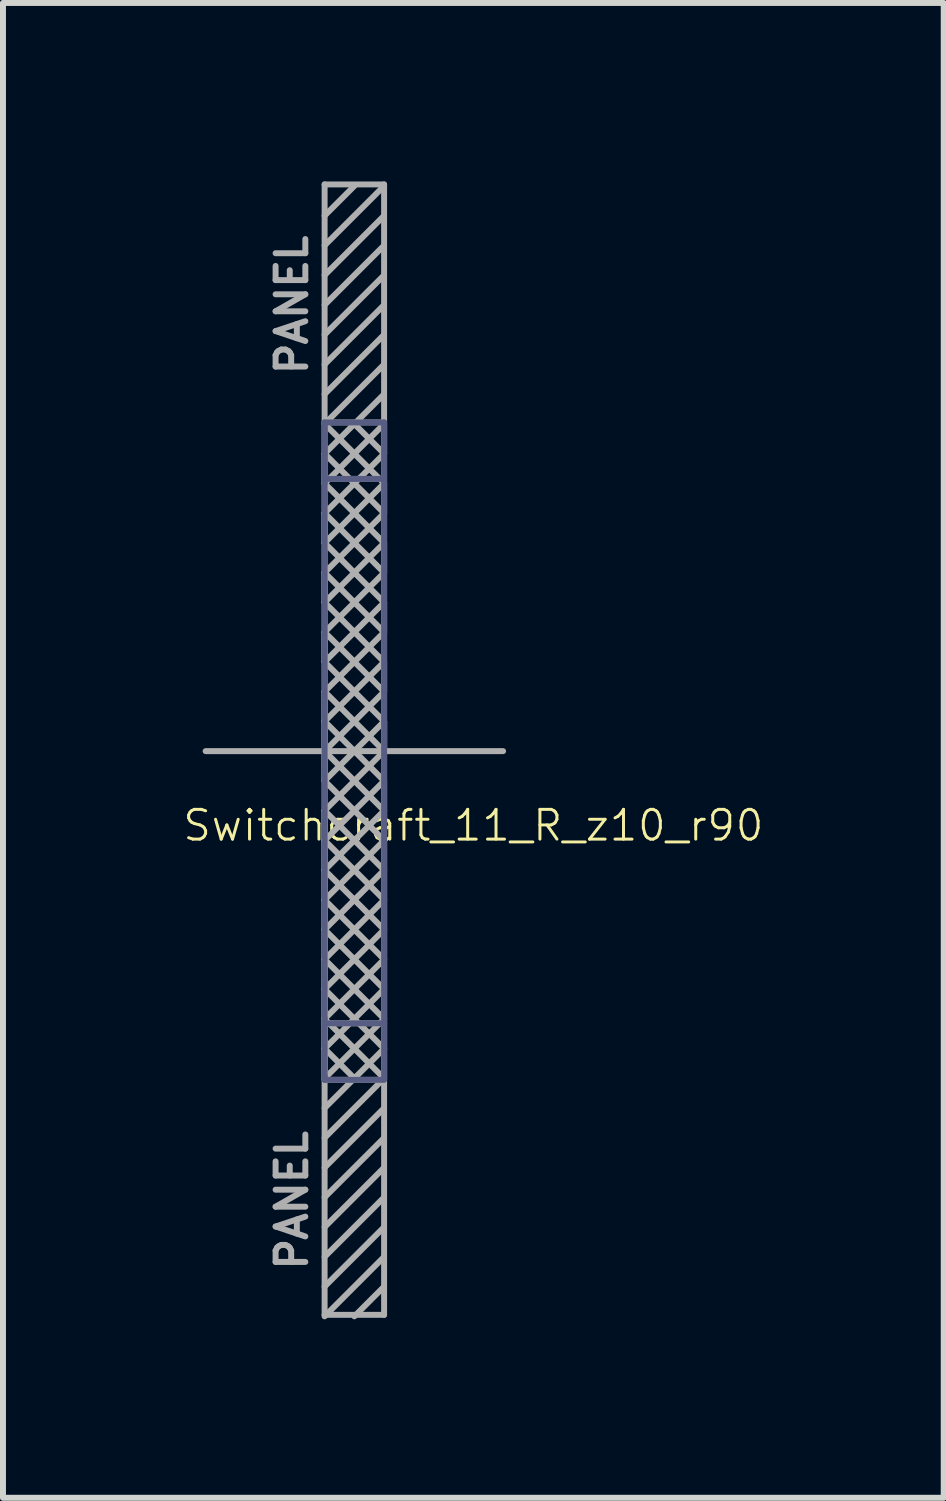
<source format=kicad_pcb>
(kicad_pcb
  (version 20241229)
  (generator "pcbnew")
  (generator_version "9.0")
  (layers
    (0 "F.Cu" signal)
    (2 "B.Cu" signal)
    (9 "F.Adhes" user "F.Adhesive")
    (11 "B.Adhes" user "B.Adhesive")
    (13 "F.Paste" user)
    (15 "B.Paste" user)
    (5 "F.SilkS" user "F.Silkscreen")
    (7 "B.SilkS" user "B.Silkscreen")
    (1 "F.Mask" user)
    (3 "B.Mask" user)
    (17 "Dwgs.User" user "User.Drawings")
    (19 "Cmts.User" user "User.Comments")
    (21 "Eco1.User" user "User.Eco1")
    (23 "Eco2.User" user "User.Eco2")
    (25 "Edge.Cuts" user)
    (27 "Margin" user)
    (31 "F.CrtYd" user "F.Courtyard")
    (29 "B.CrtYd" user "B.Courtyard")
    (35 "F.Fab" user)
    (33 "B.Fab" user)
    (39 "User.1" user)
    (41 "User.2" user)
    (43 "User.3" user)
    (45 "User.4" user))
  (footprint "Switchcraft_11_R_z10_r90"
    (layer "F.Cu")
    (at 2.406 9.575)
    (property "Reference" "Switchcraft_11_R_z10_r90" (at 2.5 1.25 180) (layer "F.SilkS") (effects (font (size 0.5 0.5) (thickness 0.05))))
    (attr through_hole)
    (fp_line (start 0 -5.525) (end 0 -5.5) (stroke (width 0.1) (type solid)) (layer "B.Fab"))
    (fp_line (start 0 -5.5) (end 0 -4.5) (stroke (width 0.1) (type solid)) (layer "B.Fab"))
    (fp_line (start 0 -4.575) (end 1 -4.575) (stroke (width 0.1) (type solid)) (layer "B.Fab"))
    (fp_line (start 0 4.5) (end 0 -5.5) (stroke (width 0.1) (type solid)) (layer "B.Fab"))
    (fp_line (start 0 4.575) (end 1 4.575) (stroke (width 0.1) (type solid)) (layer "B.Fab"))
    (fp_line (start 0 5.5) (end 0 4.5) (stroke (width 0.1) (type solid)) (layer "B.Fab"))
    (fp_line (start 0 5.525) (end 0 5.45) (stroke (width 0.1) (type solid)) (layer "B.Fab"))
    (fp_line (start 1 -5.525) (end 0 -5.525) (stroke (width 0.1) (type solid)) (layer "B.Fab"))
    (fp_line (start 1 -5.5) (end 1 -5.525) (stroke (width 0.1) (type solid)) (layer "B.Fab"))
    (fp_line (start 1 -5.5) (end 1 5.5) (stroke (width 0.1) (type solid)) (layer "B.Fab"))
    (fp_line (start 1 5.525) (end 0 5.525) (stroke (width 0.1) (type solid)) (layer "B.Fab"))
    (fp_line (start -2 0) (end 3 0) (stroke (width 0.1) (type solid)) (layer "F.Fab"))
    (fp_line (start 0 -9.525) (end 1 -9.525) (stroke (width 0.1) (type solid)) (layer "F.Fab"))
    (fp_line (start 0 -9) (end 0.5 -9.5) (stroke (width 0.1) (type solid)) (layer "F.Fab"))
    (fp_line (start 0 -6.5) (end 1 -7.5) (stroke (width 0.1) (type solid)) (layer "F.Fab"))
    (fp_line (start 0 -5.525) (end 1 -5.525) (stroke (width 0.1) (type solid)) (layer "F.Fab"))
    (fp_line (start 0 -5.5) (end 1 -6.5) (stroke (width 0.1) (type solid)) (layer "F.Fab"))
    (fp_line (start 0 -5.5) (end 1 -4.5) (stroke (width 0.1) (type solid)) (layer "F.Fab"))
    (fp_line (start 0 -5) (end 0.5 -5.5) (stroke (width 0.1) (type solid)) (layer "F.Fab"))
    (fp_line (start 0 -5) (end 1 -4) (stroke (width 0.1) (type solid)) (layer "F.Fab"))
    (fp_line (start 0 -4.575) (end 1 -4.575) (stroke (width 0.1) (type solid)) (layer "F.Fab"))
    (fp_line (start 0 -4.5) (end 0 -5) (stroke (width 0.1) (type solid)) (layer "F.Fab"))
    (fp_line (start 0 -4.5) (end 1 -3.5) (stroke (width 0.1) (type solid)) (layer "F.Fab"))
    (fp_line (start 0 -4) (end 1 -5) (stroke (width 0.1) (type solid)) (layer "F.Fab"))
    (fp_line (start 0 -4) (end 1 -3) (stroke (width 0.1) (type solid)) (layer "F.Fab"))
    (fp_line (start 0 -3.5) (end 0 -4) (stroke (width 0.1) (type solid)) (layer "F.Fab"))
    (fp_line (start 0 -3.5) (end 1 -2.5) (stroke (width 0.1) (type solid)) (layer "F.Fab"))
    (fp_line (start 0 -3) (end 1 -4) (stroke (width 0.1) (type solid)) (layer "F.Fab"))
    (fp_line (start 0 -3) (end 1 -2) (stroke (width 0.1) (type solid)) (layer "F.Fab"))
    (fp_line (start 0 -2.5) (end 0 -3) (stroke (width 0.1) (type solid)) (layer "F.Fab"))
    (fp_line (start 0 -2) (end 1 -3) (stroke (width 0.1) (type solid)) (layer "F.Fab"))
    (fp_line (start 0 -2) (end 1 -1) (stroke (width 0.1) (type solid)) (layer "F.Fab"))
    (fp_line (start 0 -1.5) (end 0 -2) (stroke (width 0.1) (type solid)) (layer "F.Fab"))
    (fp_line (start 0 -1.5) (end 1 -0.5) (stroke (width 0.1) (type solid)) (layer "F.Fab"))
    (fp_line (start 0 -1) (end 1 -2) (stroke (width 0.1) (type solid)) (layer "F.Fab"))
    (fp_line (start 0 -0.5) (end 0 -1) (stroke (width 0.1) (type solid)) (layer "F.Fab"))
    (fp_line (start 0 -0.5) (end 0 0) (stroke (width 0.1) (type solid)) (layer "F.Fab"))
    (fp_line (start 0 0) (end 1 -1) (stroke (width 0.1) (type solid)) (layer "F.Fab"))
    (fp_line (start 0 0) (end 1 1) (stroke (width 0.1) (type solid)) (layer "F.Fab"))
    (fp_line (start 0 0.5) (end 0 0) (stroke (width 0.1) (type solid)) (layer "F.Fab"))
    (fp_line (start 0 1) (end 1 0) (stroke (width 0.1) (type solid)) (layer "F.Fab"))
    (fp_line (start 0 1) (end 1 2) (stroke (width 0.1) (type solid)) (layer "F.Fab"))
    (fp_line (start 0 1.5) (end 0 1) (stroke (width 0.1) (type solid)) (layer "F.Fab"))
    (fp_line (start 0 1.5) (end 0 2) (stroke (width 0.1) (type solid)) (layer "F.Fab"))
    (fp_line (start 0 2) (end 1 1) (stroke (width 0.1) (type solid)) (layer "F.Fab"))
    (fp_line (start 0 2) (end 1 3) (stroke (width 0.1) (type solid)) (layer "F.Fab"))
    (fp_line (start 0 2.5) (end 0 2) (stroke (width 0.1) (type solid)) (layer "F.Fab"))
    (fp_line (start 0 2.5) (end 0 3) (stroke (width 0.1) (type solid)) (layer "F.Fab"))
    (fp_line (start 0 3) (end 1 2) (stroke (width 0.1) (type solid)) (layer "F.Fab"))
    (fp_line (start 0 3) (end 1 4) (stroke (width 0.1) (type solid)) (layer "F.Fab"))
    (fp_line (start 0 3.5) (end 0 3) (stroke (width 0.1) (type solid)) (layer "F.Fab"))
    (fp_line (start 0 3.5) (end 0 4) (stroke (width 0.1) (type solid)) (layer "F.Fab"))
    (fp_line (start 0 4) (end 1 3) (stroke (width 0.1) (type solid)) (layer "F.Fab"))
    (fp_line (start 0 4) (end 1 5) (stroke (width 0.1) (type solid)) (layer "F.Fab"))
    (fp_line (start 0 4.5) (end 0 4) (stroke (width 0.1) (type solid)) (layer "F.Fab"))
    (fp_line (start 0 4.5) (end 0 5) (stroke (width 0.1) (type solid)) (layer "F.Fab"))
    (fp_line (start 0 4.575) (end 1 4.575) (stroke (width 0.1) (type solid)) (layer "F.Fab"))
    (fp_line (start 0 5) (end 0.5 5.5) (stroke (width 0.1) (type solid)) (layer "F.Fab"))
    (fp_line (start 0 5) (end 1 4) (stroke (width 0.1) (type solid)) (layer "F.Fab"))
    (fp_line (start 0 5.5) (end 0 5) (stroke (width 0.1) (type solid)) (layer "F.Fab"))
    (fp_line (start 0 5.525) (end 1 5.525) (stroke (width 0.1) (type solid)) (layer "F.Fab"))
    (fp_line (start 0 7) (end 1 6) (stroke (width 0.1) (type solid)) (layer "F.Fab"))
    (fp_line (start 0 8) (end 1 7) (stroke (width 0.1) (type solid)) (layer "F.Fab"))
    (fp_line (start 0 9) (end 1 8) (stroke (width 0.1) (type solid)) (layer "F.Fab"))
    (fp_line (start 0 9.475) (end 0 -9.525) (stroke (width 0.1) (type solid)) (layer "F.Fab"))
    (fp_line (start 0.5 -5.5) (end 1 -5) (stroke (width 0.1) (type solid)) (layer "F.Fab"))
    (fp_line (start 0.5 5.5) (end 0 6) (stroke (width 0.1) (type solid)) (layer "F.Fab"))
    (fp_line (start 0.5 5.5) (end 1 5) (stroke (width 0.1) (type solid)) (layer "F.Fab"))
    (fp_line (start 0.5 9.5) (end 1 9) (stroke (width 0.1) (type solid)) (layer "F.Fab"))
    (fp_line (start 1 -9.525) (end 1 9.475) (stroke (width 0.1) (type solid)) (layer "F.Fab"))
    (fp_line (start 1 -9.5) (end 0 -8.5) (stroke (width 0.1) (type solid)) (layer "F.Fab"))
    (fp_line (start 1 -9) (end 0 -8) (stroke (width 0.1) (type solid)) (layer "F.Fab"))
    (fp_line (start 1 -8.5) (end 0 -7.5) (stroke (width 0.1) (type solid)) (layer "F.Fab"))
    (fp_line (start 1 -8) (end 0 -7) (stroke (width 0.1) (type solid)) (layer "F.Fab"))
    (fp_line (start 1 -7) (end 0 -6) (stroke (width 0.1) (type solid)) (layer "F.Fab"))
    (fp_line (start 1 -6) (end 0.5 -5.5) (stroke (width 0.1) (type solid)) (layer "F.Fab"))
    (fp_line (start 1 -5.5) (end 0 -4.5) (stroke (width 0.1) (type solid)) (layer "F.Fab"))
    (fp_line (start 1 -5) (end 1 -5.5) (stroke (width 0.1) (type solid)) (layer "F.Fab"))
    (fp_line (start 1 -4.5) (end 0 -3.5) (stroke (width 0.1) (type solid)) (layer "F.Fab"))
    (fp_line (start 1 -4) (end 1 -4.5) (stroke (width 0.1) (type solid)) (layer "F.Fab"))
    (fp_line (start 1 -3.5) (end 0 -2.5) (stroke (width 0.1) (type solid)) (layer "F.Fab"))
    (fp_line (start 1 -3) (end 1 -3.5) (stroke (width 0.1) (type solid)) (layer "F.Fab"))
    (fp_line (start 1 -2.5) (end 0 -1.5) (stroke (width 0.1) (type solid)) (layer "F.Fab"))
    (fp_line (start 1 -2) (end 1 -2.5) (stroke (width 0.1) (type solid)) (layer "F.Fab"))
    (fp_line (start 1 -1.5) (end 0 -2.5) (stroke (width 0.1) (type solid)) (layer "F.Fab"))
    (fp_line (start 1 -1.5) (end 0 -0.5) (stroke (width 0.1) (type solid)) (layer "F.Fab"))
    (fp_line (start 1 -1) (end 1 -1.5) (stroke (width 0.1) (type solid)) (layer "F.Fab"))
    (fp_line (start 1 -0.5) (end 0 0.5) (stroke (width 0.1) (type solid)) (layer "F.Fab"))
    (fp_line (start 1 -0.5) (end 1 0) (stroke (width 0.1) (type solid)) (layer "F.Fab"))
    (fp_line (start 1 0) (end 0 -1) (stroke (width 0.1) (type solid)) (layer "F.Fab"))
    (fp_line (start 1 0) (end 1 -0.5) (stroke (width 0.1) (type solid)) (layer "F.Fab"))
    (fp_line (start 1 0.5) (end 0 -0.5) (stroke (width 0.1) (type solid)) (layer "F.Fab"))
    (fp_line (start 1 0.5) (end 0 1.5) (stroke (width 0.1) (type solid)) (layer "F.Fab"))
    (fp_line (start 1 1) (end 1 0.5) (stroke (width 0.1) (type solid)) (layer "F.Fab"))
    (fp_line (start 1 1) (end 1 1.5) (stroke (width 0.1) (type solid)) (layer "F.Fab"))
    (fp_line (start 1 1.5) (end 0 0.5) (stroke (width 0.1) (type solid)) (layer "F.Fab"))
    (fp_line (start 1 1.5) (end 0 2.5) (stroke (width 0.1) (type solid)) (layer "F.Fab"))
    (fp_line (start 1 2) (end 1 1.5) (stroke (width 0.1) (type solid)) (layer "F.Fab"))
    (fp_line (start 1 2) (end 1 2.5) (stroke (width 0.1) (type solid)) (layer "F.Fab"))
    (fp_line (start 1 2.5) (end 0 1.5) (stroke (width 0.1) (type solid)) (layer "F.Fab"))
    (fp_line (start 1 2.5) (end 0 3.5) (stroke (width 0.1) (type solid)) (layer "F.Fab"))
    (fp_line (start 1 3) (end 1 2.5) (stroke (width 0.1) (type solid)) (layer "F.Fab"))
    (fp_line (start 1 3) (end 1 3.5) (stroke (width 0.1) (type solid)) (layer "F.Fab"))
    (fp_line (start 1 3.5) (end 0 2.5) (stroke (width 0.1) (type solid)) (layer "F.Fab"))
    (fp_line (start 1 3.5) (end 0 4.5) (stroke (width 0.1) (type solid)) (layer "F.Fab"))
    (fp_line (start 1 4) (end 1 3.5) (stroke (width 0.1) (type solid)) (layer "F.Fab"))
    (fp_line (start 1 4) (end 1 4.5) (stroke (width 0.1) (type solid)) (layer "F.Fab"))
    (fp_line (start 1 4.5) (end 0 3.5) (stroke (width 0.1) (type solid)) (layer "F.Fab"))
    (fp_line (start 1 4.5) (end 0 5.5) (stroke (width 0.1) (type solid)) (layer "F.Fab"))
    (fp_line (start 1 5) (end 1 4.5) (stroke (width 0.1) (type solid)) (layer "F.Fab"))
    (fp_line (start 1 5) (end 1 5.5) (stroke (width 0.1) (type solid)) (layer "F.Fab"))
    (fp_line (start 1 5.5) (end 0 4.5) (stroke (width 0.1) (type solid)) (layer "F.Fab"))
    (fp_line (start 1 5.5) (end 0 6.5) (stroke (width 0.1) (type solid)) (layer "F.Fab"))
    (fp_line (start 1 6.5) (end 0 7.5) (stroke (width 0.1) (type solid)) (layer "F.Fab"))
    (fp_line (start 1 7.5) (end 0 8.5) (stroke (width 0.1) (type solid)) (layer "F.Fab"))
    (fp_line (start 1 8.5) (end 0 9.5) (stroke (width 0.1) (type solid)) (layer "F.Fab"))
    (fp_line (start 1 9.475) (end 0 9.475) (stroke (width 0.1) (type solid)) (layer "F.Fab"))
    (fp_text user "PANEL" (at -0.55 -7.5 90) (layer "F.Fab") (effects (font (size 0.5 0.5) (thickness 0.1))))
    (fp_text user "PANEL" (at -0.55 7.55 90) (layer "F.Fab") (effects (font (size 0.5 0.5) (thickness 0.1)))))
  (gr_rect
    (start -3 -3)
    (end 12.812 22.125)
    (stroke (width 0.1) (type default))
    (fill no)
    (layer "Edge.Cuts")))
</source>
